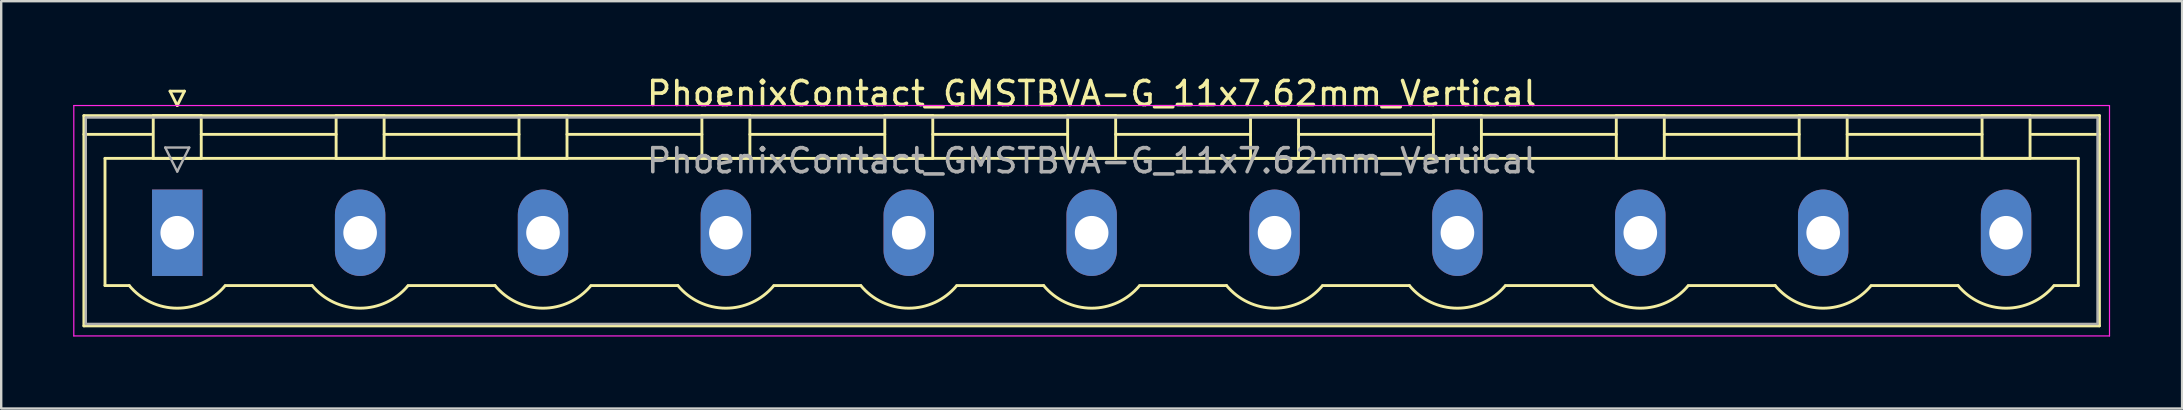
<source format=kicad_pcb>
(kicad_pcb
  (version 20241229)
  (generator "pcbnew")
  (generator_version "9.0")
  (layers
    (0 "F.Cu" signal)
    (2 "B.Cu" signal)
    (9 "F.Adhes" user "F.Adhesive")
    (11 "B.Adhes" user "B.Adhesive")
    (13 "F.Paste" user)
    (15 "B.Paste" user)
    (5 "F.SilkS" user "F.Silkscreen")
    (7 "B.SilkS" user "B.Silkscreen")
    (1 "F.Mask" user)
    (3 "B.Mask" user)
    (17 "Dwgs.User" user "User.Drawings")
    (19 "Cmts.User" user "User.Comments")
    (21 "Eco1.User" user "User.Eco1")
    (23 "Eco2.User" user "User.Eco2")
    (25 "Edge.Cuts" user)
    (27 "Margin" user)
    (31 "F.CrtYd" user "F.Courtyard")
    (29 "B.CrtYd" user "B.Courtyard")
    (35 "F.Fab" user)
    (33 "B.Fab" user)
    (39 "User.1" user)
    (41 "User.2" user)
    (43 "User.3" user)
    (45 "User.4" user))
  (footprint "PhoenixContact_GMSTBVA-G_11x7.62mm_Vertical"
    (layer "F.Cu")
    (at 4.335 6.648)
    (property "Reference" "PhoenixContact_GMSTBVA-G_11x7.62mm_Vertical" (at 38.1 -5.8 0) (layer "F.SilkS") (effects (font (size 1 1) (thickness 0.15))))
    (attr through_hole)
    (fp_line (start -3.89 -4.88) (end -3.89 3.88) (stroke (width 0.12) (type solid)) (layer "F.SilkS"))
    (fp_line (start -3.89 -4.1) (end -1.08 -4.1) (stroke (width 0.12) (type solid)) (layer "F.SilkS"))
    (fp_line (start -3.89 3.88) (end 80.09 3.88) (stroke (width 0.12) (type solid)) (layer "F.SilkS"))
    (fp_line (start -3.01 -3.1) (end 79.21 -3.1) (stroke (width 0.12) (type solid)) (layer "F.SilkS"))
    (fp_line (start -3.01 2.2) (end -3.01 -3.1) (stroke (width 0.12) (type solid)) (layer "F.SilkS"))
    (fp_line (start -2 2.2) (end -3.01 2.2) (stroke (width 0.12) (type solid)) (layer "F.SilkS"))
    (fp_line (start -1 -4.88) (end 1 -4.88) (stroke (width 0.12) (type solid)) (layer "F.SilkS"))
    (fp_line (start -1 -3.1) (end -1 -4.88) (stroke (width 0.12) (type solid)) (layer "F.SilkS"))
    (fp_line (start -0.3 -5.9) (end 0.3 -5.9) (stroke (width 0.12) (type solid)) (layer "F.SilkS"))
    (fp_line (start 0 -5.3) (end -0.3 -5.9) (stroke (width 0.12) (type solid)) (layer "F.SilkS"))
    (fp_line (start 0.3 -5.9) (end 0 -5.3) (stroke (width 0.12) (type solid)) (layer "F.SilkS"))
    (fp_line (start 1 -4.88) (end 1 -3.1) (stroke (width 0.12) (type solid)) (layer "F.SilkS"))
    (fp_line (start 1 -4.1) (end 6.62 -4.1) (stroke (width 0.12) (type solid)) (layer "F.SilkS"))
    (fp_line (start 1 -3.1) (end -1 -3.1) (stroke (width 0.12) (type solid)) (layer "F.SilkS"))
    (fp_line (start 2 2.2) (end 5.62 2.2) (stroke (width 0.12) (type solid)) (layer "F.SilkS"))
    (fp_line (start 6.62 -4.88) (end 8.62 -4.88) (stroke (width 0.12) (type solid)) (layer "F.SilkS"))
    (fp_line (start 6.62 -3.1) (end 6.62 -4.88) (stroke (width 0.12) (type solid)) (layer "F.SilkS"))
    (fp_line (start 8.62 -4.88) (end 8.62 -3.1) (stroke (width 0.12) (type solid)) (layer "F.SilkS"))
    (fp_line (start 8.62 -4.1) (end 14.24 -4.1) (stroke (width 0.12) (type solid)) (layer "F.SilkS"))
    (fp_line (start 8.62 -3.1) (end 6.62 -3.1) (stroke (width 0.12) (type solid)) (layer "F.SilkS"))
    (fp_line (start 9.62 2.2) (end 13.24 2.2) (stroke (width 0.12) (type solid)) (layer "F.SilkS"))
    (fp_line (start 14.24 -4.88) (end 16.24 -4.88) (stroke (width 0.12) (type solid)) (layer "F.SilkS"))
    (fp_line (start 14.24 -3.1) (end 14.24 -4.88) (stroke (width 0.12) (type solid)) (layer "F.SilkS"))
    (fp_line (start 16.24 -4.88) (end 16.24 -3.1) (stroke (width 0.12) (type solid)) (layer "F.SilkS"))
    (fp_line (start 16.24 -4.1) (end 21.86 -4.1) (stroke (width 0.12) (type solid)) (layer "F.SilkS"))
    (fp_line (start 16.24 -3.1) (end 14.24 -3.1) (stroke (width 0.12) (type solid)) (layer "F.SilkS"))
    (fp_line (start 17.24 2.2) (end 20.86 2.2) (stroke (width 0.12) (type solid)) (layer "F.SilkS"))
    (fp_line (start 21.86 -4.88) (end 23.86 -4.88) (stroke (width 0.12) (type solid)) (layer "F.SilkS"))
    (fp_line (start 21.86 -3.1) (end 21.86 -4.88) (stroke (width 0.12) (type solid)) (layer "F.SilkS"))
    (fp_line (start 23.86 -4.88) (end 23.86 -3.1) (stroke (width 0.12) (type solid)) (layer "F.SilkS"))
    (fp_line (start 23.86 -4.1) (end 29.48 -4.1) (stroke (width 0.12) (type solid)) (layer "F.SilkS"))
    (fp_line (start 23.86 -3.1) (end 21.86 -3.1) (stroke (width 0.12) (type solid)) (layer "F.SilkS"))
    (fp_line (start 24.86 2.2) (end 28.48 2.2) (stroke (width 0.12) (type solid)) (layer "F.SilkS"))
    (fp_line (start 29.48 -4.88) (end 31.48 -4.88) (stroke (width 0.12) (type solid)) (layer "F.SilkS"))
    (fp_line (start 29.48 -3.1) (end 29.48 -4.88) (stroke (width 0.12) (type solid)) (layer "F.SilkS"))
    (fp_line (start 31.48 -4.88) (end 31.48 -3.1) (stroke (width 0.12) (type solid)) (layer "F.SilkS"))
    (fp_line (start 31.48 -4.1) (end 37.1 -4.1) (stroke (width 0.12) (type solid)) (layer "F.SilkS"))
    (fp_line (start 31.48 -3.1) (end 29.48 -3.1) (stroke (width 0.12) (type solid)) (layer "F.SilkS"))
    (fp_line (start 32.48 2.2) (end 36.1 2.2) (stroke (width 0.12) (type solid)) (layer "F.SilkS"))
    (fp_line (start 37.1 -4.88) (end 39.1 -4.88) (stroke (width 0.12) (type solid)) (layer "F.SilkS"))
    (fp_line (start 37.1 -3.1) (end 37.1 -4.88) (stroke (width 0.12) (type solid)) (layer "F.SilkS"))
    (fp_line (start 39.1 -4.88) (end 39.1 -3.1) (stroke (width 0.12) (type solid)) (layer "F.SilkS"))
    (fp_line (start 39.1 -4.1) (end 44.72 -4.1) (stroke (width 0.12) (type solid)) (layer "F.SilkS"))
    (fp_line (start 39.1 -3.1) (end 37.1 -3.1) (stroke (width 0.12) (type solid)) (layer "F.SilkS"))
    (fp_line (start 40.1 2.2) (end 43.72 2.2) (stroke (width 0.12) (type solid)) (layer "F.SilkS"))
    (fp_line (start 44.72 -4.88) (end 46.72 -4.88) (stroke (width 0.12) (type solid)) (layer "F.SilkS"))
    (fp_line (start 44.72 -3.1) (end 44.72 -4.88) (stroke (width 0.12) (type solid)) (layer "F.SilkS"))
    (fp_line (start 46.72 -4.88) (end 46.72 -3.1) (stroke (width 0.12) (type solid)) (layer "F.SilkS"))
    (fp_line (start 46.72 -4.1) (end 52.34 -4.1) (stroke (width 0.12) (type solid)) (layer "F.SilkS"))
    (fp_line (start 46.72 -3.1) (end 44.72 -3.1) (stroke (width 0.12) (type solid)) (layer "F.SilkS"))
    (fp_line (start 47.72 2.2) (end 51.34 2.2) (stroke (width 0.12) (type solid)) (layer "F.SilkS"))
    (fp_line (start 52.34 -4.88) (end 54.34 -4.88) (stroke (width 0.12) (type solid)) (layer "F.SilkS"))
    (fp_line (start 52.34 -3.1) (end 52.34 -4.88) (stroke (width 0.12) (type solid)) (layer "F.SilkS"))
    (fp_line (start 54.34 -4.88) (end 54.34 -3.1) (stroke (width 0.12) (type solid)) (layer "F.SilkS"))
    (fp_line (start 54.34 -4.1) (end 59.96 -4.1) (stroke (width 0.12) (type solid)) (layer "F.SilkS"))
    (fp_line (start 54.34 -3.1) (end 52.34 -3.1) (stroke (width 0.12) (type solid)) (layer "F.SilkS"))
    (fp_line (start 55.34 2.2) (end 58.96 2.2) (stroke (width 0.12) (type solid)) (layer "F.SilkS"))
    (fp_line (start 59.96 -4.88) (end 61.96 -4.88) (stroke (width 0.12) (type solid)) (layer "F.SilkS"))
    (fp_line (start 59.96 -3.1) (end 59.96 -4.88) (stroke (width 0.12) (type solid)) (layer "F.SilkS"))
    (fp_line (start 61.96 -4.88) (end 61.96 -3.1) (stroke (width 0.12) (type solid)) (layer "F.SilkS"))
    (fp_line (start 61.96 -4.1) (end 67.58 -4.1) (stroke (width 0.12) (type solid)) (layer "F.SilkS"))
    (fp_line (start 61.96 -3.1) (end 59.96 -3.1) (stroke (width 0.12) (type solid)) (layer "F.SilkS"))
    (fp_line (start 62.96 2.2) (end 66.58 2.2) (stroke (width 0.12) (type solid)) (layer "F.SilkS"))
    (fp_line (start 67.58 -4.88) (end 69.58 -4.88) (stroke (width 0.12) (type solid)) (layer "F.SilkS"))
    (fp_line (start 67.58 -3.1) (end 67.58 -4.88) (stroke (width 0.12) (type solid)) (layer "F.SilkS"))
    (fp_line (start 69.58 -4.88) (end 69.58 -3.1) (stroke (width 0.12) (type solid)) (layer "F.SilkS"))
    (fp_line (start 69.58 -4.1) (end 75.2 -4.1) (stroke (width 0.12) (type solid)) (layer "F.SilkS"))
    (fp_line (start 69.58 -3.1) (end 67.58 -3.1) (stroke (width 0.12) (type solid)) (layer "F.SilkS"))
    (fp_line (start 70.58 2.2) (end 74.2 2.2) (stroke (width 0.12) (type solid)) (layer "F.SilkS"))
    (fp_line (start 75.2 -4.88) (end 77.2 -4.88) (stroke (width 0.12) (type solid)) (layer "F.SilkS"))
    (fp_line (start 75.2 -3.1) (end 75.2 -4.88) (stroke (width 0.12) (type solid)) (layer "F.SilkS"))
    (fp_line (start 77.2 -4.88) (end 77.2 -3.1) (stroke (width 0.12) (type solid)) (layer "F.SilkS"))
    (fp_line (start 77.2 -3.1) (end 75.2 -3.1) (stroke (width 0.12) (type solid)) (layer "F.SilkS"))
    (fp_line (start 79.21 -3.1) (end 79.21 2.2) (stroke (width 0.12) (type solid)) (layer "F.SilkS"))
    (fp_line (start 79.21 2.2) (end 78.2 2.2) (stroke (width 0.12) (type solid)) (layer "F.SilkS"))
    (fp_line (start 80.09 -4.88) (end -3.89 -4.88) (stroke (width 0.12) (type solid)) (layer "F.SilkS"))
    (fp_line (start 80.09 -4.1) (end 77.28 -4.1) (stroke (width 0.12) (type solid)) (layer "F.SilkS"))
    (fp_line (start 80.09 3.88) (end 80.09 -4.88) (stroke (width 0.12) (type solid)) (layer "F.SilkS"))
    (fp_arc (start 1.986842 2.215821) (mid -0.010289 3.142758) (end -2 2.2) (stroke (width 0.12) (type solid)) (layer "F.SilkS"))
    (fp_arc (start 9.606842 2.215821) (mid 7.609711 3.142758) (end 5.62 2.2) (stroke (width 0.12) (type solid)) (layer "F.SilkS"))
    (fp_arc (start 17.226842 2.215821) (mid 15.229711 3.142758) (end 13.24 2.2) (stroke (width 0.12) (type solid)) (layer "F.SilkS"))
    (fp_arc (start 24.846842 2.215821) (mid 22.849711 3.142758) (end 20.86 2.2) (stroke (width 0.12) (type solid)) (layer "F.SilkS"))
    (fp_arc (start 32.466842 2.215821) (mid 30.469711 3.142758) (end 28.48 2.2) (stroke (width 0.12) (type solid)) (layer "F.SilkS"))
    (fp_arc (start 40.086842 2.215821) (mid 38.089711 3.142758) (end 36.1 2.2) (stroke (width 0.12) (type solid)) (layer "F.SilkS"))
    (fp_arc (start 47.706842 2.215821) (mid 45.709711 3.142758) (end 43.72 2.2) (stroke (width 0.12) (type solid)) (layer "F.SilkS"))
    (fp_arc (start 55.326842 2.215821) (mid 53.329711 3.142758) (end 51.34 2.2) (stroke (width 0.12) (type solid)) (layer "F.SilkS"))
    (fp_arc (start 62.946842 2.215821) (mid 60.949711 3.142758) (end 58.96 2.2) (stroke (width 0.12) (type solid)) (layer "F.SilkS"))
    (fp_arc (start 70.566842 2.215821) (mid 68.569711 3.142758) (end 66.58 2.2) (stroke (width 0.12) (type solid)) (layer "F.SilkS"))
    (fp_arc (start 78.186842 2.215821) (mid 76.189711 3.142758) (end 74.2 2.2) (stroke (width 0.12) (type solid)) (layer "F.SilkS"))
    (fp_line (start -4.31 -5.3) (end -4.31 4.3) (stroke (width 0.05) (type solid)) (layer "F.CrtYd"))
    (fp_line (start -4.31 4.3) (end 80.51 4.3) (stroke (width 0.05) (type solid)) (layer "F.CrtYd"))
    (fp_line (start 80.51 -5.3) (end -4.31 -5.3) (stroke (width 0.05) (type solid)) (layer "F.CrtYd"))
    (fp_line (start 80.51 4.3) (end 80.51 -5.3) (stroke (width 0.05) (type solid)) (layer "F.CrtYd"))
    (fp_line (start -3.81 -4.8) (end -3.81 3.8) (stroke (width 0.1) (type solid)) (layer "F.Fab"))
    (fp_line (start -3.81 3.8) (end 80.01 3.8) (stroke (width 0.1) (type solid)) (layer "F.Fab"))
    (fp_line (start -0.5 -3.55) (end 0.5 -3.55) (stroke (width 0.1) (type solid)) (layer "F.Fab"))
    (fp_line (start 0 -2.55) (end -0.5 -3.55) (stroke (width 0.1) (type solid)) (layer "F.Fab"))
    (fp_line (start 0.5 -3.55) (end 0 -2.55) (stroke (width 0.1) (type solid)) (layer "F.Fab"))
    (fp_line (start 80.01 -4.8) (end -3.81 -4.8) (stroke (width 0.1) (type solid)) (layer "F.Fab"))
    (fp_line (start 80.01 3.8) (end 80.01 -4.8) (stroke (width 0.1) (type solid)) (layer "F.Fab"))
    (fp_text user "${REFERENCE}" (at 38.1 -3 0) (layer "F.Fab") (effects (font (size 1 1) (thickness 0.15))))
    (pad "1" thru_hole rect (at 0 0) (size 2.1 3.6) (drill 1.4) (layers "*.Cu" "*.Mask"))
    (pad "2" thru_hole oval (at 7.62 0) (size 2.1 3.6) (drill 1.4) (layers "*.Cu" "*.Mask"))
    (pad "3" thru_hole oval (at 15.24 0) (size 2.1 3.6) (drill 1.4) (layers "*.Cu" "*.Mask"))
    (pad "4" thru_hole oval (at 22.86 0) (size 2.1 3.6) (drill 1.4) (layers "*.Cu" "*.Mask"))
    (pad "5" thru_hole oval (at 30.48 0) (size 2.1 3.6) (drill 1.4) (layers "*.Cu" "*.Mask"))
    (pad "6" thru_hole oval (at 38.1 0) (size 2.1 3.6) (drill 1.4) (layers "*.Cu" "*.Mask"))
    (pad "7" thru_hole oval (at 45.72 0) (size 2.1 3.6) (drill 1.4) (layers "*.Cu" "*.Mask"))
    (pad "8" thru_hole oval (at 53.34 0) (size 2.1 3.6) (drill 1.4) (layers "*.Cu" "*.Mask"))
    (pad "9" thru_hole oval (at 60.96 0) (size 2.1 3.6) (drill 1.4) (layers "*.Cu" "*.Mask"))
    (pad "10" thru_hole oval (at 68.58 0) (size 2.1 3.6) (drill 1.4) (layers "*.Cu" "*.Mask"))
    (pad "11" thru_hole oval (at 76.2 0) (size 2.1 3.6) (drill 1.4) (layers "*.Cu" "*.Mask")))
  (gr_rect
    (start -3 -3)
    (end 87.87 13.973)
    (stroke (width 0.1) (type default))
    (fill no)
    (layer "Edge.Cuts")))
</source>
